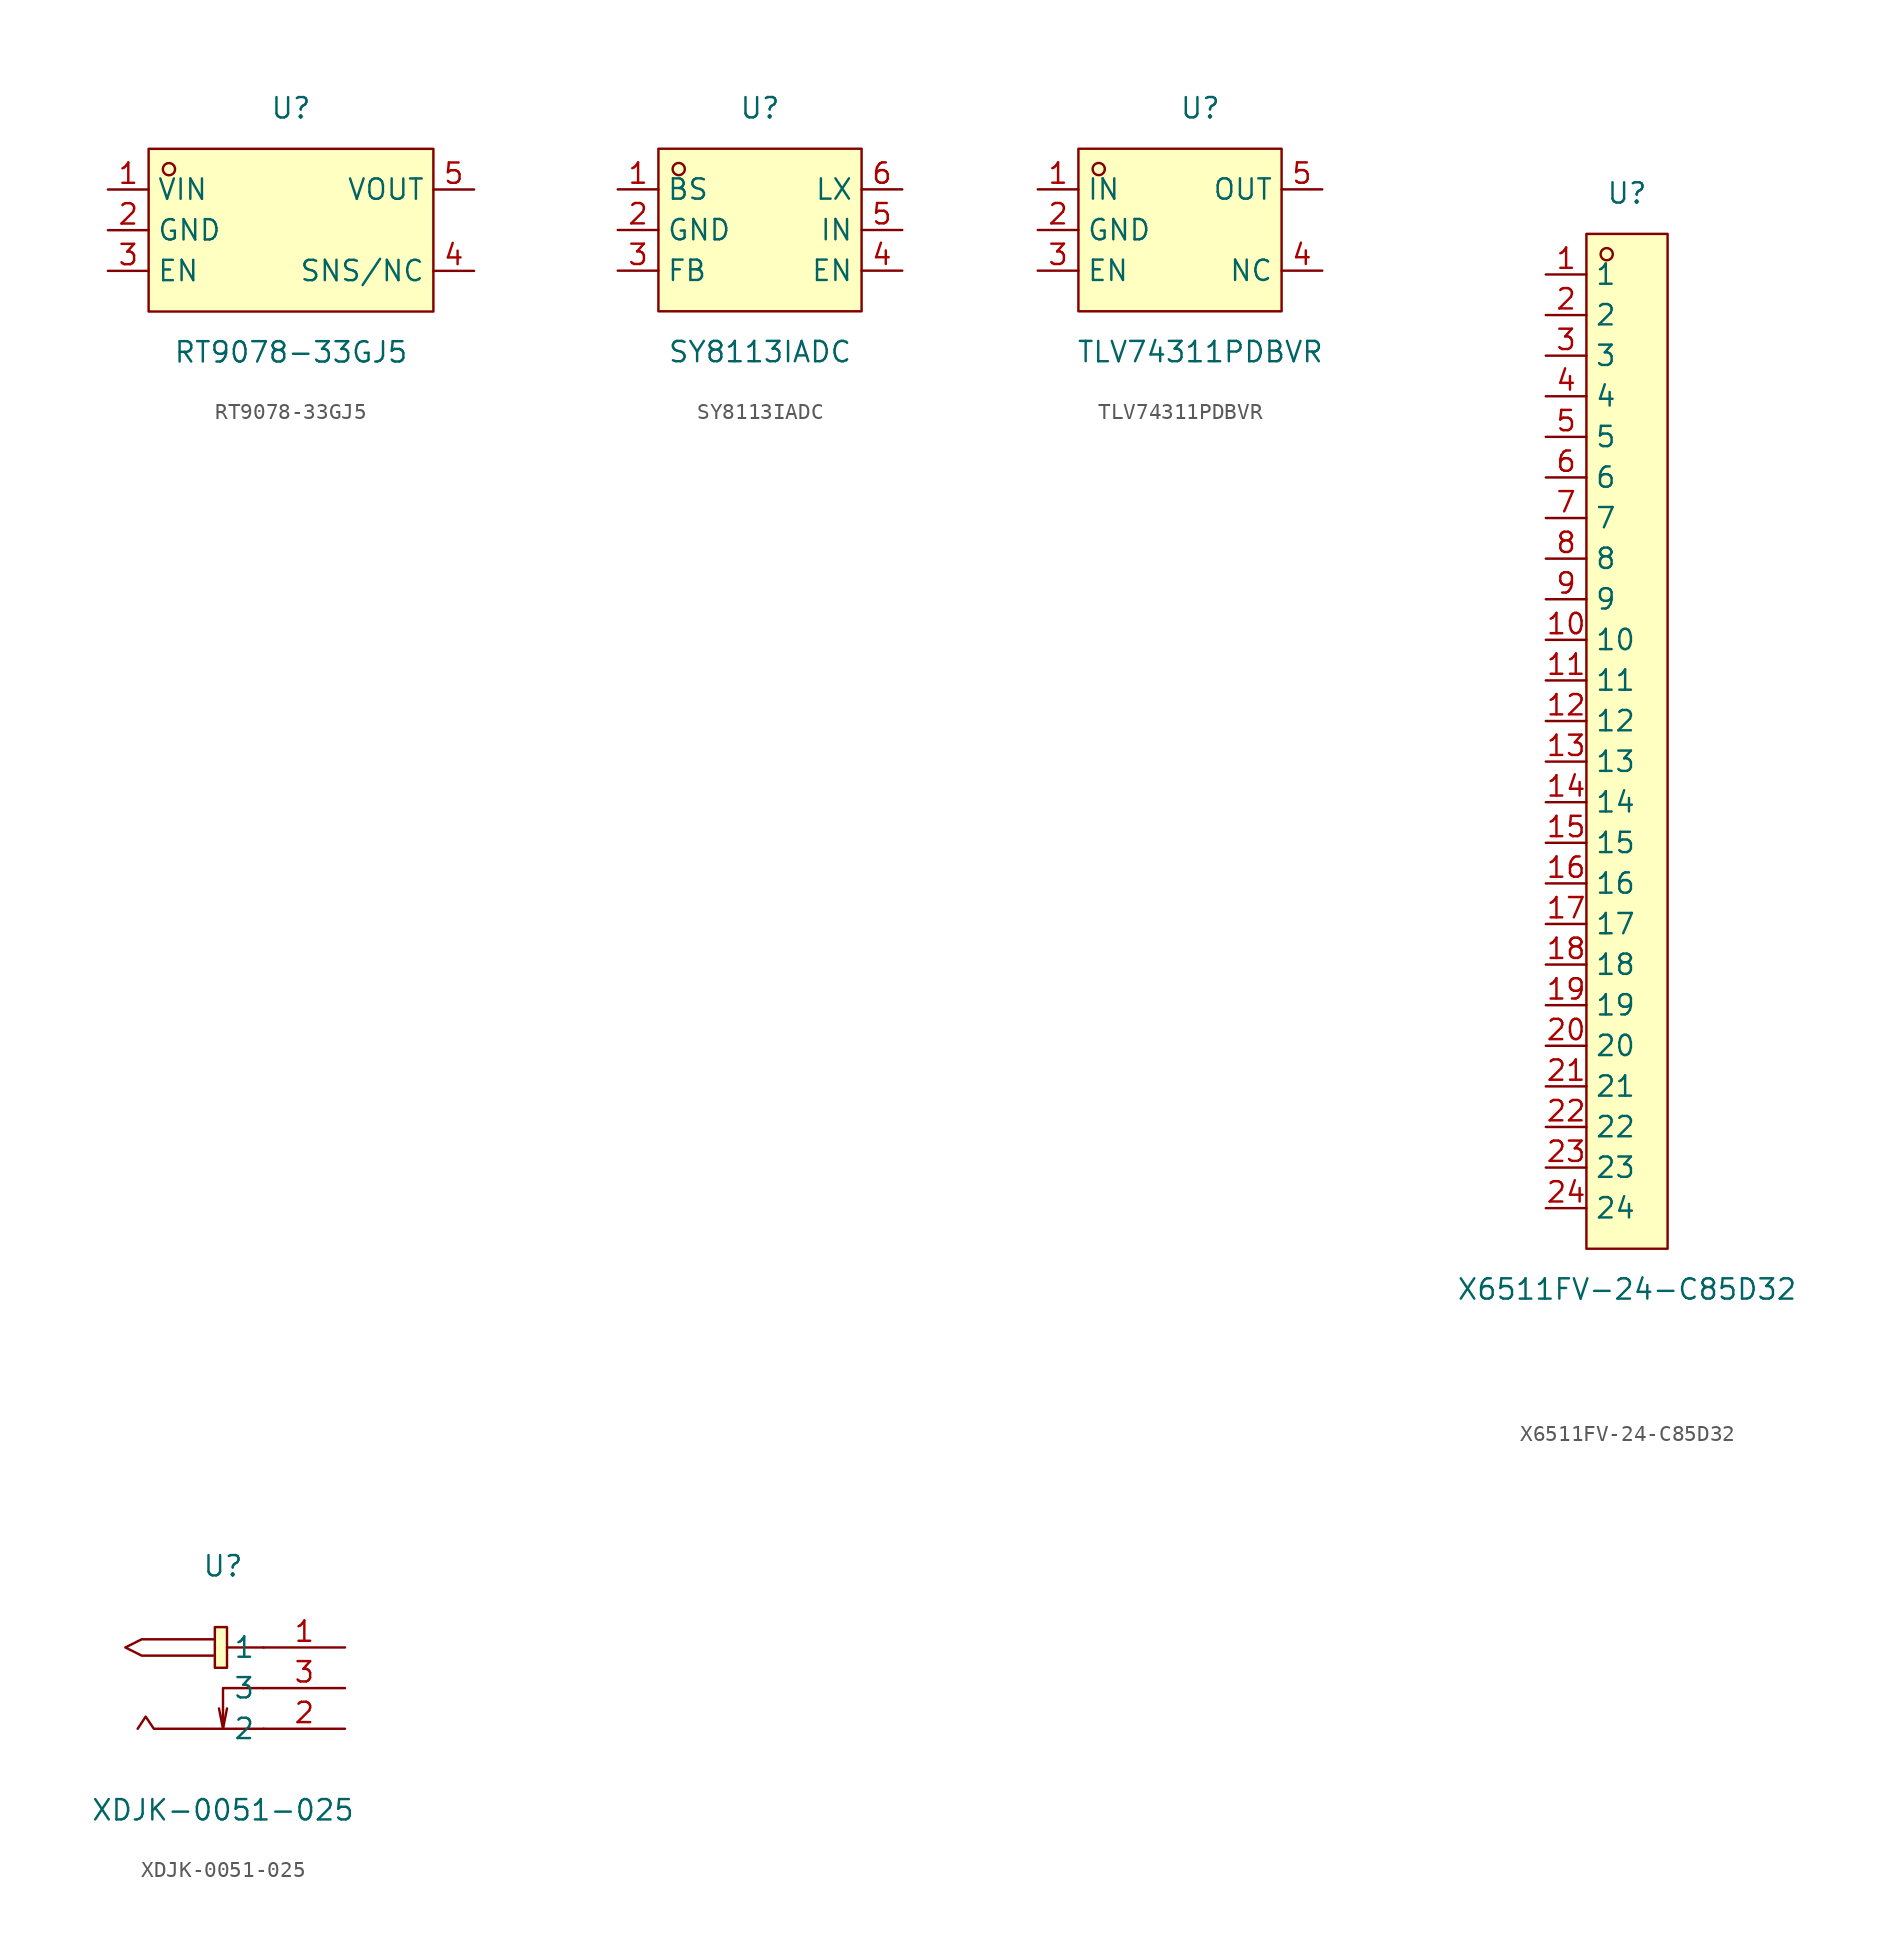
<source format=kicad_sym>
(kicad_symbol_lib
  (version 20241209)
  (generator "kicad_symbol_editor")
  (generator_version "9.0")
  (symbol "RT9078-33GJ5"
    (property "Reference" "U"
      (at 0 7.62 0)
      (effects (font (size 1.27 1.27))))
    (property "Value" "RT9078-33GJ5"
      (at 0 -7.62 0)
      (effects (font (size 1.27 1.27))))
    (symbol "RT9078-33GJ5_0_1"
      (rectangle (start -8.89 5.08) (end 8.89 -5.08) (stroke (width 0) (type default)) (fill (type background)))
      (circle (center -7.62 3.81) (radius 0.38) (stroke (width 0) (type default)) (fill (type none)))
      (pin unspecified line (at -11.43 2.54 0) (length 2.54) (name "VIN" (effects (font (size 1.27 1.27)))) (number "1" (effects (font (size 1.27 1.27)))))
      (pin unspecified line (at -11.43 0 0) (length 2.54) (name "GND" (effects (font (size 1.27 1.27)))) (number "2" (effects (font (size 1.27 1.27)))))
      (pin unspecified line (at -11.43 -2.54 0) (length 2.54) (name "EN" (effects (font (size 1.27 1.27)))) (number "3" (effects (font (size 1.27 1.27)))))
      (pin unspecified line (at 11.43 2.54 180) (length 2.54) (name "VOUT" (effects (font (size 1.27 1.27)))) (number "5" (effects (font (size 1.27 1.27)))))
      (pin unspecified line (at 11.43 -2.54 180) (length 2.54) (name "SNS/NC" (effects (font (size 1.27 1.27)))) (number "4" (effects (font (size 1.27 1.27)))))))
  (symbol "SY8113IADC"
    (property "Reference" "U"
      (at 0 7.62 0)
      (effects (font (size 1.27 1.27))))
    (property "Value" "SY8113IADC"
      (at 0 -7.62 0)
      (effects (font (size 1.27 1.27))))
    (symbol "SY8113IADC_0_1"
      (rectangle (start -6.35 5.08) (end 6.35 -5.08) (stroke (width 0) (type default)) (fill (type background)))
      (circle (center -5.08 3.81) (radius 0.38) (stroke (width 0) (type default)) (fill (type none)))
      (pin unspecified line (at -8.89 2.54 0) (length 2.54) (name "BS" (effects (font (size 1.27 1.27)))) (number "1" (effects (font (size 1.27 1.27)))))
      (pin unspecified line (at -8.89 0 0) (length 2.54) (name "GND" (effects (font (size 1.27 1.27)))) (number "2" (effects (font (size 1.27 1.27)))))
      (pin unspecified line (at -8.89 -2.54 0) (length 2.54) (name "FB" (effects (font (size 1.27 1.27)))) (number "3" (effects (font (size 1.27 1.27)))))
      (pin unspecified line (at 8.89 2.54 180) (length 2.54) (name "LX" (effects (font (size 1.27 1.27)))) (number "6" (effects (font (size 1.27 1.27)))))
      (pin unspecified line (at 8.89 0 180) (length 2.54) (name "IN" (effects (font (size 1.27 1.27)))) (number "5" (effects (font (size 1.27 1.27)))))
      (pin unspecified line (at 8.89 -2.54 180) (length 2.54) (name "EN" (effects (font (size 1.27 1.27)))) (number "4" (effects (font (size 1.27 1.27)))))))
  (symbol "TLV74311PDBVR"
    (property "Reference" "U"
      (at 0 7.62 0)
      (effects (font (size 1.27 1.27))))
    (property "Value" "TLV74311PDBVR"
      (at 0 -7.62 0)
      (effects (font (size 1.27 1.27))))
    (symbol "TLV74311PDBVR_0_1"
      (rectangle (start -7.62 5.08) (end 5.08 -5.08) (stroke (width 0) (type default)) (fill (type background)))
      (circle (center -6.35 3.81) (radius 0.38) (stroke (width 0) (type default)) (fill (type none)))
      (pin unspecified line (at -10.16 2.54 0) (length 2.54) (name "IN" (effects (font (size 1.27 1.27)))) (number "1" (effects (font (size 1.27 1.27)))))
      (pin unspecified line (at -10.16 0 0) (length 2.54) (name "GND" (effects (font (size 1.27 1.27)))) (number "2" (effects (font (size 1.27 1.27)))))
      (pin unspecified line (at -10.16 -2.54 0) (length 2.54) (name "EN" (effects (font (size 1.27 1.27)))) (number "3" (effects (font (size 1.27 1.27)))))
      (pin unspecified line (at 7.62 2.54 180) (length 2.54) (name "OUT" (effects (font (size 1.27 1.27)))) (number "5" (effects (font (size 1.27 1.27)))))
      (pin unspecified line (at 7.62 -2.54 180) (length 2.54) (name "NC" (effects (font (size 1.27 1.27)))) (number "4" (effects (font (size 1.27 1.27)))))))
  (symbol "X6511FV-24-C85D32"
    (property "Reference" "U"
      (at 0 34.29 0)
      (effects (font (size 1.27 1.27))))
    (property "Value" "X6511FV-24-C85D32"
      (at 0 -34.29 0)
      (effects (font (size 1.27 1.27))))
    (symbol "X6511FV-24-C85D32_0_1"
      (rectangle (start -2.54 31.75) (end 2.54 -31.75) (stroke (width 0) (type default)) (fill (type background)))
      (circle (center -1.27 30.48) (radius 0.38) (stroke (width 0) (type default)) (fill (type none)))
      (pin unspecified line (at -5.08 29.21 0) (length 2.54) (name "1" (effects (font (size 1.27 1.27)))) (number "1" (effects (font (size 1.27 1.27)))))
      (pin unspecified line (at -5.08 26.67 0) (length 2.54) (name "2" (effects (font (size 1.27 1.27)))) (number "2" (effects (font (size 1.27 1.27)))))
      (pin unspecified line (at -5.08 24.13 0) (length 2.54) (name "3" (effects (font (size 1.27 1.27)))) (number "3" (effects (font (size 1.27 1.27)))))
      (pin unspecified line (at -5.08 21.59 0) (length 2.54) (name "4" (effects (font (size 1.27 1.27)))) (number "4" (effects (font (size 1.27 1.27)))))
      (pin unspecified line (at -5.08 19.05 0) (length 2.54) (name "5" (effects (font (size 1.27 1.27)))) (number "5" (effects (font (size 1.27 1.27)))))
      (pin unspecified line (at -5.08 16.51 0) (length 2.54) (name "6" (effects (font (size 1.27 1.27)))) (number "6" (effects (font (size 1.27 1.27)))))
      (pin unspecified line (at -5.08 13.97 0) (length 2.54) (name "7" (effects (font (size 1.27 1.27)))) (number "7" (effects (font (size 1.27 1.27)))))
      (pin unspecified line (at -5.08 11.43 0) (length 2.54) (name "8" (effects (font (size 1.27 1.27)))) (number "8" (effects (font (size 1.27 1.27)))))
      (pin unspecified line (at -5.08 8.89 0) (length 2.54) (name "9" (effects (font (size 1.27 1.27)))) (number "9" (effects (font (size 1.27 1.27)))))
      (pin unspecified line (at -5.08 6.35 0) (length 2.54) (name "10" (effects (font (size 1.27 1.27)))) (number "10" (effects (font (size 1.27 1.27)))))
      (pin unspecified line (at -5.08 3.81 0) (length 2.54) (name "11" (effects (font (size 1.27 1.27)))) (number "11" (effects (font (size 1.27 1.27)))))
      (pin unspecified line (at -5.08 1.27 0) (length 2.54) (name "12" (effects (font (size 1.27 1.27)))) (number "12" (effects (font (size 1.27 1.27)))))
      (pin unspecified line (at -5.08 -1.27 0) (length 2.54) (name "13" (effects (font (size 1.27 1.27)))) (number "13" (effects (font (size 1.27 1.27)))))
      (pin unspecified line (at -5.08 -3.81 0) (length 2.54) (name "14" (effects (font (size 1.27 1.27)))) (number "14" (effects (font (size 1.27 1.27)))))
      (pin unspecified line (at -5.08 -6.35 0) (length 2.54) (name "15" (effects (font (size 1.27 1.27)))) (number "15" (effects (font (size 1.27 1.27)))))
      (pin unspecified line (at -5.08 -8.89 0) (length 2.54) (name "16" (effects (font (size 1.27 1.27)))) (number "16" (effects (font (size 1.27 1.27)))))
      (pin unspecified line (at -5.08 -11.43 0) (length 2.54) (name "17" (effects (font (size 1.27 1.27)))) (number "17" (effects (font (size 1.27 1.27)))))
      (pin unspecified line (at -5.08 -13.97 0) (length 2.54) (name "18" (effects (font (size 1.27 1.27)))) (number "18" (effects (font (size 1.27 1.27)))))
      (pin unspecified line (at -5.08 -16.51 0) (length 2.54) (name "19" (effects (font (size 1.27 1.27)))) (number "19" (effects (font (size 1.27 1.27)))))
      (pin unspecified line (at -5.08 -19.05 0) (length 2.54) (name "20" (effects (font (size 1.27 1.27)))) (number "20" (effects (font (size 1.27 1.27)))))
      (pin unspecified line (at -5.08 -21.59 0) (length 2.54) (name "21" (effects (font (size 1.27 1.27)))) (number "21" (effects (font (size 1.27 1.27)))))
      (pin unspecified line (at -5.08 -24.13 0) (length 2.54) (name "22" (effects (font (size 1.27 1.27)))) (number "22" (effects (font (size 1.27 1.27)))))
      (pin unspecified line (at -5.08 -26.67 0) (length 2.54) (name "23" (effects (font (size 1.27 1.27)))) (number "23" (effects (font (size 1.27 1.27)))))
      (pin unspecified line (at -5.08 -29.21 0) (length 2.54) (name "24" (effects (font (size 1.27 1.27)))) (number "24" (effects (font (size 1.27 1.27)))))))
  (symbol "XDJK-0051-025"
    (property "Reference" "U"
      (at 0 7.62 0)
      (effects (font (size 1.27 1.27))))
    (property "Value" "XDJK-0051-025"
      (at 0 -7.62 0)
      (effects (font (size 1.27 1.27))))
    (symbol "XDJK-0051-025_0_1"
      (rectangle (start -0.51 3.81) (end 0.25 1.27) (stroke (width 0) (type default)) (fill (type background)))
      (polyline (pts (xy -0.51 3.05) (xy -5.08 3.05) (xy -6.1 2.54) (xy -5.08 2.03) (xy -0.51 2.03)) (stroke (width 0) (type default)) (fill (type none)))
      (polyline (pts (xy 0 -2.54) (xy 0.25 -1.27)) (stroke (width 0) (type default)) (fill (type none)))
      (polyline (pts (xy 2.54 2.54) (xy 0.25 2.54)) (stroke (width 0) (type default)) (fill (type none)))
      (polyline (pts (xy 2.54 0) (xy 0 0) (xy 0 -2.54) (xy -0.25 -1.27)) (stroke (width 0) (type default)) (fill (type none)))
      (polyline (pts (xy 2.54 -2.54) (xy -4.32 -2.54) (xy -4.83 -1.78) (xy -5.33 -2.54)) (stroke (width 0) (type default)) (fill (type none)))
      (pin unspecified line (at 7.62 2.54 180) (length 5.08) (name "1" (effects (font (size 1.27 1.27)))) (number "1" (effects (font (size 1.27 1.27)))))
      (pin unspecified line (at 7.62 0 180) (length 5.08) (name "3" (effects (font (size 1.27 1.27)))) (number "3" (effects (font (size 1.27 1.27)))))
      (pin unspecified line (at 7.62 -2.54 180) (length 5.08) (name "2" (effects (font (size 1.27 1.27)))) (number "2" (effects (font (size 1.27 1.27))))))))
</source>
